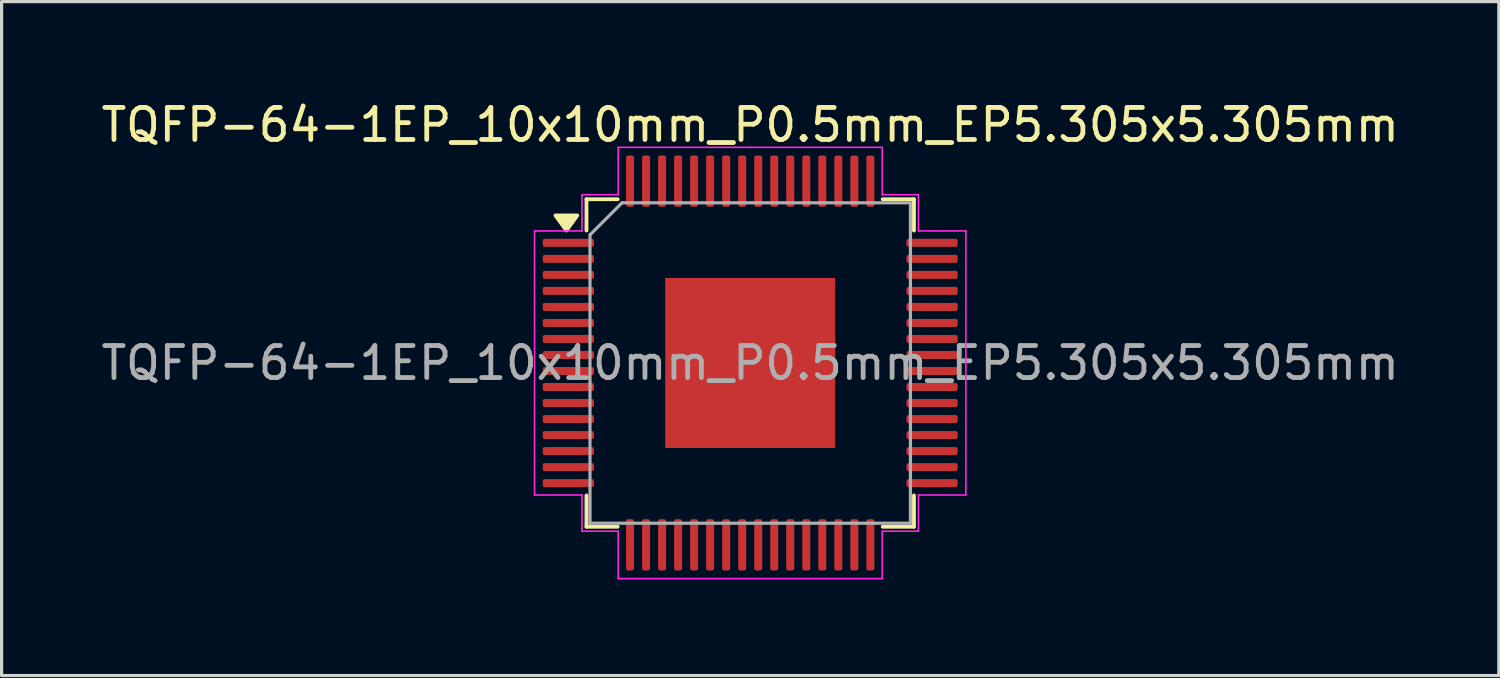
<source format=kicad_pcb>
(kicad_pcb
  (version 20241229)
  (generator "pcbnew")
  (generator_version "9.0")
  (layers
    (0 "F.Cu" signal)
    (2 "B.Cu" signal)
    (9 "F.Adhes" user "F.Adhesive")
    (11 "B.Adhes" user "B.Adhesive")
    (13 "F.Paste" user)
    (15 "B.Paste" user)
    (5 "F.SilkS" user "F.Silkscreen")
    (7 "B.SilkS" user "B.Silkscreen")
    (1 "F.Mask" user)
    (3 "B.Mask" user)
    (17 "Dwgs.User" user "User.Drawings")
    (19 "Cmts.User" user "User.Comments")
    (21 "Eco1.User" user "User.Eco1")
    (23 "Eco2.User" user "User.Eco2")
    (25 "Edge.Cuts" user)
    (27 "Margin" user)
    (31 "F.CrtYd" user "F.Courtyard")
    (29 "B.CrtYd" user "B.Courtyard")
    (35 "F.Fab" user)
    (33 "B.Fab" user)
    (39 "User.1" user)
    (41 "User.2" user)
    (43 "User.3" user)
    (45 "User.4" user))
  (footprint "TQFP-64-1EP_10x10mm_P0.5mm_EP5.305x5.305mm"
    (layer "F.Cu")
    (at 20.363 8.278)
    (property "Reference" "TQFP-64-1EP_10x10mm_P0.5mm_EP5.305x5.305mm" (at 0 -7.43 0) (layer "F.SilkS") (effects (font (size 1 1) (thickness 0.15))))
    (attr smd)
    (fp_line (start -5.11 -5.11) (end -5.11 -4.135) (stroke (width 0.12) (type solid)) (layer "F.SilkS"))
    (fp_line (start -5.11 5.11) (end -5.11 4.135) (stroke (width 0.12) (type solid)) (layer "F.SilkS"))
    (fp_line (start -4.135 -5.11) (end -5.11 -5.11) (stroke (width 0.12) (type solid)) (layer "F.SilkS"))
    (fp_line (start -4.135 5.11) (end -5.11 5.11) (stroke (width 0.12) (type solid)) (layer "F.SilkS"))
    (fp_line (start 4.135 -5.11) (end 5.11 -5.11) (stroke (width 0.12) (type solid)) (layer "F.SilkS"))
    (fp_line (start 4.135 5.11) (end 5.11 5.11) (stroke (width 0.12) (type solid)) (layer "F.SilkS"))
    (fp_line (start 5.11 -5.11) (end 5.11 -4.135) (stroke (width 0.12) (type solid)) (layer "F.SilkS"))
    (fp_line (start 5.11 5.11) (end 5.11 4.135) (stroke (width 0.12) (type solid)) (layer "F.SilkS"))
    (fp_poly (pts (xy -5.737 -4.135) (xy -6.077 -4.605) (xy -5.397 -4.605) (xy -5.737 -4.135)) (stroke (width 0.12) (type solid)) (fill yes) (layer "F.SilkS"))
    (fp_line (start -6.73 -4.12) (end -6.73 0) (stroke (width 0.05) (type solid)) (layer "F.CrtYd"))
    (fp_line (start -6.73 4.12) (end -6.73 0) (stroke (width 0.05) (type solid)) (layer "F.CrtYd"))
    (fp_line (start -5.25 -5.25) (end -5.25 -4.12) (stroke (width 0.05) (type solid)) (layer "F.CrtYd"))
    (fp_line (start -5.25 -4.12) (end -6.73 -4.12) (stroke (width 0.05) (type solid)) (layer "F.CrtYd"))
    (fp_line (start -5.25 4.12) (end -6.73 4.12) (stroke (width 0.05) (type solid)) (layer "F.CrtYd"))
    (fp_line (start -5.25 5.25) (end -5.25 4.12) (stroke (width 0.05) (type solid)) (layer "F.CrtYd"))
    (fp_line (start -4.12 -6.73) (end -4.12 -5.25) (stroke (width 0.05) (type solid)) (layer "F.CrtYd"))
    (fp_line (start -4.12 -5.25) (end -5.25 -5.25) (stroke (width 0.05) (type solid)) (layer "F.CrtYd"))
    (fp_line (start -4.12 5.25) (end -5.25 5.25) (stroke (width 0.05) (type solid)) (layer "F.CrtYd"))
    (fp_line (start -4.12 6.73) (end -4.12 5.25) (stroke (width 0.05) (type solid)) (layer "F.CrtYd"))
    (fp_line (start 0 -6.73) (end -4.12 -6.73) (stroke (width 0.05) (type solid)) (layer "F.CrtYd"))
    (fp_line (start 0 -6.73) (end 4.12 -6.73) (stroke (width 0.05) (type solid)) (layer "F.CrtYd"))
    (fp_line (start 0 6.73) (end -4.12 6.73) (stroke (width 0.05) (type solid)) (layer "F.CrtYd"))
    (fp_line (start 0 6.73) (end 4.12 6.73) (stroke (width 0.05) (type solid)) (layer "F.CrtYd"))
    (fp_line (start 4.12 -6.73) (end 4.12 -5.25) (stroke (width 0.05) (type solid)) (layer "F.CrtYd"))
    (fp_line (start 4.12 -5.25) (end 5.25 -5.25) (stroke (width 0.05) (type solid)) (layer "F.CrtYd"))
    (fp_line (start 4.12 5.25) (end 5.25 5.25) (stroke (width 0.05) (type solid)) (layer "F.CrtYd"))
    (fp_line (start 4.12 6.73) (end 4.12 5.25) (stroke (width 0.05) (type solid)) (layer "F.CrtYd"))
    (fp_line (start 5.25 -5.25) (end 5.25 -4.12) (stroke (width 0.05) (type solid)) (layer "F.CrtYd"))
    (fp_line (start 5.25 -4.12) (end 6.73 -4.12) (stroke (width 0.05) (type solid)) (layer "F.CrtYd"))
    (fp_line (start 5.25 4.12) (end 6.73 4.12) (stroke (width 0.05) (type solid)) (layer "F.CrtYd"))
    (fp_line (start 5.25 5.25) (end 5.25 4.12) (stroke (width 0.05) (type solid)) (layer "F.CrtYd"))
    (fp_line (start 6.73 -4.12) (end 6.73 0) (stroke (width 0.05) (type solid)) (layer "F.CrtYd"))
    (fp_line (start 6.73 4.12) (end 6.73 0) (stroke (width 0.05) (type solid)) (layer "F.CrtYd"))
    (fp_line (start -5 -4) (end -4 -5) (stroke (width 0.1) (type solid)) (layer "F.Fab"))
    (fp_line (start -5 5) (end -5 -4) (stroke (width 0.1) (type solid)) (layer "F.Fab"))
    (fp_line (start -4 -5) (end 5 -5) (stroke (width 0.1) (type solid)) (layer "F.Fab"))
    (fp_line (start 5 -5) (end 5 5) (stroke (width 0.1) (type solid)) (layer "F.Fab"))
    (fp_line (start 5 5) (end -5 5) (stroke (width 0.1) (type solid)) (layer "F.Fab"))
    (fp_text user "${REFERENCE}" (at 0 0 0) (layer "F.Fab") (effects (font (size 1 1) (thickness 0.15))))
    (pad "" smd roundrect (at -1.995 -1.995) (size 1.07 1.07) (layers "F.Paste") (roundrect_rratio 0.234))
    (pad "" smd roundrect (at -1.995 -0.665) (size 1.07 1.07) (layers "F.Paste") (roundrect_rratio 0.234))
    (pad "" smd roundrect (at -1.995 0.665) (size 1.07 1.07) (layers "F.Paste") (roundrect_rratio 0.234))
    (pad "" smd roundrect (at -1.995 1.995) (size 1.07 1.07) (layers "F.Paste") (roundrect_rratio 0.234))
    (pad "" smd roundrect (at -0.665 -1.995) (size 1.07 1.07) (layers "F.Paste") (roundrect_rratio 0.234))
    (pad "" smd roundrect (at -0.665 -0.665) (size 1.07 1.07) (layers "F.Paste") (roundrect_rratio 0.234))
    (pad "" smd roundrect (at -0.665 0.665) (size 1.07 1.07) (layers "F.Paste") (roundrect_rratio 0.234))
    (pad "" smd roundrect (at -0.665 1.995) (size 1.07 1.07) (layers "F.Paste") (roundrect_rratio 0.234))
    (pad "" smd roundrect (at 0.665 -1.995) (size 1.07 1.07) (layers "F.Paste") (roundrect_rratio 0.234))
    (pad "" smd roundrect (at 0.665 -0.665) (size 1.07 1.07) (layers "F.Paste") (roundrect_rratio 0.234))
    (pad "" smd roundrect (at 0.665 0.665) (size 1.07 1.07) (layers "F.Paste") (roundrect_rratio 0.234))
    (pad "" smd roundrect (at 0.665 1.995) (size 1.07 1.07) (layers "F.Paste") (roundrect_rratio 0.234))
    (pad "" smd roundrect (at 1.995 -1.995) (size 1.07 1.07) (layers "F.Paste") (roundrect_rratio 0.234))
    (pad "" smd roundrect (at 1.995 -0.665) (size 1.07 1.07) (layers "F.Paste") (roundrect_rratio 0.234))
    (pad "" smd roundrect (at 1.995 0.665) (size 1.07 1.07) (layers "F.Paste") (roundrect_rratio 0.234))
    (pad "" smd roundrect (at 1.995 1.995) (size 1.07 1.07) (layers "F.Paste") (roundrect_rratio 0.234))
    (pad "1" smd roundrect (at -5.675 -3.75) (size 1.6 0.25) (layers "F.Cu" "F.Mask" "F.Paste") (roundrect_rratio 0.25))
    (pad "2" smd roundrect (at -5.675 -3.25) (size 1.6 0.25) (layers "F.Cu" "F.Mask" "F.Paste") (roundrect_rratio 0.25))
    (pad "3" smd roundrect (at -5.675 -2.75) (size 1.6 0.25) (layers "F.Cu" "F.Mask" "F.Paste") (roundrect_rratio 0.25))
    (pad "4" smd roundrect (at -5.675 -2.25) (size 1.6 0.25) (layers "F.Cu" "F.Mask" "F.Paste") (roundrect_rratio 0.25))
    (pad "5" smd roundrect (at -5.675 -1.75) (size 1.6 0.25) (layers "F.Cu" "F.Mask" "F.Paste") (roundrect_rratio 0.25))
    (pad "6" smd roundrect (at -5.675 -1.25) (size 1.6 0.25) (layers "F.Cu" "F.Mask" "F.Paste") (roundrect_rratio 0.25))
    (pad "7" smd roundrect (at -5.675 -0.75) (size 1.6 0.25) (layers "F.Cu" "F.Mask" "F.Paste") (roundrect_rratio 0.25))
    (pad "8" smd roundrect (at -5.675 -0.25) (size 1.6 0.25) (layers "F.Cu" "F.Mask" "F.Paste") (roundrect_rratio 0.25))
    (pad "9" smd roundrect (at -5.675 0.25) (size 1.6 0.25) (layers "F.Cu" "F.Mask" "F.Paste") (roundrect_rratio 0.25))
    (pad "10" smd roundrect (at -5.675 0.75) (size 1.6 0.25) (layers "F.Cu" "F.Mask" "F.Paste") (roundrect_rratio 0.25))
    (pad "11" smd roundrect (at -5.675 1.25) (size 1.6 0.25) (layers "F.Cu" "F.Mask" "F.Paste") (roundrect_rratio 0.25))
    (pad "12" smd roundrect (at -5.675 1.75) (size 1.6 0.25) (layers "F.Cu" "F.Mask" "F.Paste") (roundrect_rratio 0.25))
    (pad "13" smd roundrect (at -5.675 2.25) (size 1.6 0.25) (layers "F.Cu" "F.Mask" "F.Paste") (roundrect_rratio 0.25))
    (pad "14" smd roundrect (at -5.675 2.75) (size 1.6 0.25) (layers "F.Cu" "F.Mask" "F.Paste") (roundrect_rratio 0.25))
    (pad "15" smd roundrect (at -5.675 3.25) (size 1.6 0.25) (layers "F.Cu" "F.Mask" "F.Paste") (roundrect_rratio 0.25))
    (pad "16" smd roundrect (at -5.675 3.75) (size 1.6 0.25) (layers "F.Cu" "F.Mask" "F.Paste") (roundrect_rratio 0.25))
    (pad "17" smd roundrect (at -3.75 5.675) (size 0.25 1.6) (layers "F.Cu" "F.Mask" "F.Paste") (roundrect_rratio 0.25))
    (pad "18" smd roundrect (at -3.25 5.675) (size 0.25 1.6) (layers "F.Cu" "F.Mask" "F.Paste") (roundrect_rratio 0.25))
    (pad "19" smd roundrect (at -2.75 5.675) (size 0.25 1.6) (layers "F.Cu" "F.Mask" "F.Paste") (roundrect_rratio 0.25))
    (pad "20" smd roundrect (at -2.25 5.675) (size 0.25 1.6) (layers "F.Cu" "F.Mask" "F.Paste") (roundrect_rratio 0.25))
    (pad "21" smd roundrect (at -1.75 5.675) (size 0.25 1.6) (layers "F.Cu" "F.Mask" "F.Paste") (roundrect_rratio 0.25))
    (pad "22" smd roundrect (at -1.25 5.675) (size 0.25 1.6) (layers "F.Cu" "F.Mask" "F.Paste") (roundrect_rratio 0.25))
    (pad "23" smd roundrect (at -0.75 5.675) (size 0.25 1.6) (layers "F.Cu" "F.Mask" "F.Paste") (roundrect_rratio 0.25))
    (pad "24" smd roundrect (at -0.25 5.675) (size 0.25 1.6) (layers "F.Cu" "F.Mask" "F.Paste") (roundrect_rratio 0.25))
    (pad "25" smd roundrect (at 0.25 5.675) (size 0.25 1.6) (layers "F.Cu" "F.Mask" "F.Paste") (roundrect_rratio 0.25))
    (pad "26" smd roundrect (at 0.75 5.675) (size 0.25 1.6) (layers "F.Cu" "F.Mask" "F.Paste") (roundrect_rratio 0.25))
    (pad "27" smd roundrect (at 1.25 5.675) (size 0.25 1.6) (layers "F.Cu" "F.Mask" "F.Paste") (roundrect_rratio 0.25))
    (pad "28" smd roundrect (at 1.75 5.675) (size 0.25 1.6) (layers "F.Cu" "F.Mask" "F.Paste") (roundrect_rratio 0.25))
    (pad "29" smd roundrect (at 2.25 5.675) (size 0.25 1.6) (layers "F.Cu" "F.Mask" "F.Paste") (roundrect_rratio 0.25))
    (pad "30" smd roundrect (at 2.75 5.675) (size 0.25 1.6) (layers "F.Cu" "F.Mask" "F.Paste") (roundrect_rratio 0.25))
    (pad "31" smd roundrect (at 3.25 5.675) (size 0.25 1.6) (layers "F.Cu" "F.Mask" "F.Paste") (roundrect_rratio 0.25))
    (pad "32" smd roundrect (at 3.75 5.675) (size 0.25 1.6) (layers "F.Cu" "F.Mask" "F.Paste") (roundrect_rratio 0.25))
    (pad "33" smd roundrect (at 5.675 3.75) (size 1.6 0.25) (layers "F.Cu" "F.Mask" "F.Paste") (roundrect_rratio 0.25))
    (pad "34" smd roundrect (at 5.675 3.25) (size 1.6 0.25) (layers "F.Cu" "F.Mask" "F.Paste") (roundrect_rratio 0.25))
    (pad "35" smd roundrect (at 5.675 2.75) (size 1.6 0.25) (layers "F.Cu" "F.Mask" "F.Paste") (roundrect_rratio 0.25))
    (pad "36" smd roundrect (at 5.675 2.25) (size 1.6 0.25) (layers "F.Cu" "F.Mask" "F.Paste") (roundrect_rratio 0.25))
    (pad "37" smd roundrect (at 5.675 1.75) (size 1.6 0.25) (layers "F.Cu" "F.Mask" "F.Paste") (roundrect_rratio 0.25))
    (pad "38" smd roundrect (at 5.675 1.25) (size 1.6 0.25) (layers "F.Cu" "F.Mask" "F.Paste") (roundrect_rratio 0.25))
    (pad "39" smd roundrect (at 5.675 0.75) (size 1.6 0.25) (layers "F.Cu" "F.Mask" "F.Paste") (roundrect_rratio 0.25))
    (pad "40" smd roundrect (at 5.675 0.25) (size 1.6 0.25) (layers "F.Cu" "F.Mask" "F.Paste") (roundrect_rratio 0.25))
    (pad "41" smd roundrect (at 5.675 -0.25) (size 1.6 0.25) (layers "F.Cu" "F.Mask" "F.Paste") (roundrect_rratio 0.25))
    (pad "42" smd roundrect (at 5.675 -0.75) (size 1.6 0.25) (layers "F.Cu" "F.Mask" "F.Paste") (roundrect_rratio 0.25))
    (pad "43" smd roundrect (at 5.675 -1.25) (size 1.6 0.25) (layers "F.Cu" "F.Mask" "F.Paste") (roundrect_rratio 0.25))
    (pad "44" smd roundrect (at 5.675 -1.75) (size 1.6 0.25) (layers "F.Cu" "F.Mask" "F.Paste") (roundrect_rratio 0.25))
    (pad "45" smd roundrect (at 5.675 -2.25) (size 1.6 0.25) (layers "F.Cu" "F.Mask" "F.Paste") (roundrect_rratio 0.25))
    (pad "46" smd roundrect (at 5.675 -2.75) (size 1.6 0.25) (layers "F.Cu" "F.Mask" "F.Paste") (roundrect_rratio 0.25))
    (pad "47" smd roundrect (at 5.675 -3.25) (size 1.6 0.25) (layers "F.Cu" "F.Mask" "F.Paste") (roundrect_rratio 0.25))
    (pad "48" smd roundrect (at 5.675 -3.75) (size 1.6 0.25) (layers "F.Cu" "F.Mask" "F.Paste") (roundrect_rratio 0.25))
    (pad "49" smd roundrect (at 3.75 -5.675) (size 0.25 1.6) (layers "F.Cu" "F.Mask" "F.Paste") (roundrect_rratio 0.25))
    (pad "50" smd roundrect (at 3.25 -5.675) (size 0.25 1.6) (layers "F.Cu" "F.Mask" "F.Paste") (roundrect_rratio 0.25))
    (pad "51" smd roundrect (at 2.75 -5.675) (size 0.25 1.6) (layers "F.Cu" "F.Mask" "F.Paste") (roundrect_rratio 0.25))
    (pad "52" smd roundrect (at 2.25 -5.675) (size 0.25 1.6) (layers "F.Cu" "F.Mask" "F.Paste") (roundrect_rratio 0.25))
    (pad "53" smd roundrect (at 1.75 -5.675) (size 0.25 1.6) (layers "F.Cu" "F.Mask" "F.Paste") (roundrect_rratio 0.25))
    (pad "54" smd roundrect (at 1.25 -5.675) (size 0.25 1.6) (layers "F.Cu" "F.Mask" "F.Paste") (roundrect_rratio 0.25))
    (pad "55" smd roundrect (at 0.75 -5.675) (size 0.25 1.6) (layers "F.Cu" "F.Mask" "F.Paste") (roundrect_rratio 0.25))
    (pad "56" smd roundrect (at 0.25 -5.675) (size 0.25 1.6) (layers "F.Cu" "F.Mask" "F.Paste") (roundrect_rratio 0.25))
    (pad "57" smd roundrect (at -0.25 -5.675) (size 0.25 1.6) (layers "F.Cu" "F.Mask" "F.Paste") (roundrect_rratio 0.25))
    (pad "58" smd roundrect (at -0.75 -5.675) (size 0.25 1.6) (layers "F.Cu" "F.Mask" "F.Paste") (roundrect_rratio 0.25))
    (pad "59" smd roundrect (at -1.25 -5.675) (size 0.25 1.6) (layers "F.Cu" "F.Mask" "F.Paste") (roundrect_rratio 0.25))
    (pad "60" smd roundrect (at -1.75 -5.675) (size 0.25 1.6) (layers "F.Cu" "F.Mask" "F.Paste") (roundrect_rratio 0.25))
    (pad "61" smd roundrect (at -2.25 -5.675) (size 0.25 1.6) (layers "F.Cu" "F.Mask" "F.Paste") (roundrect_rratio 0.25))
    (pad "62" smd roundrect (at -2.75 -5.675) (size 0.25 1.6) (layers "F.Cu" "F.Mask" "F.Paste") (roundrect_rratio 0.25))
    (pad "63" smd roundrect (at -3.25 -5.675) (size 0.25 1.6) (layers "F.Cu" "F.Mask" "F.Paste") (roundrect_rratio 0.25))
    (pad "64" smd roundrect (at -3.75 -5.675) (size 0.25 1.6) (layers "F.Cu" "F.Mask" "F.Paste") (roundrect_rratio 0.25))
    (pad "65" smd rect (at 0 0) (size 5.305 5.305) (property pad_prop_heatsink) (layers "F.Cu" "F.Mask")))
  (gr_rect
    (start -3 -3)
    (end 43.726 18.033)
    (stroke (width 0.1) (type default))
    (fill no)
    (layer "Edge.Cuts")))
</source>
